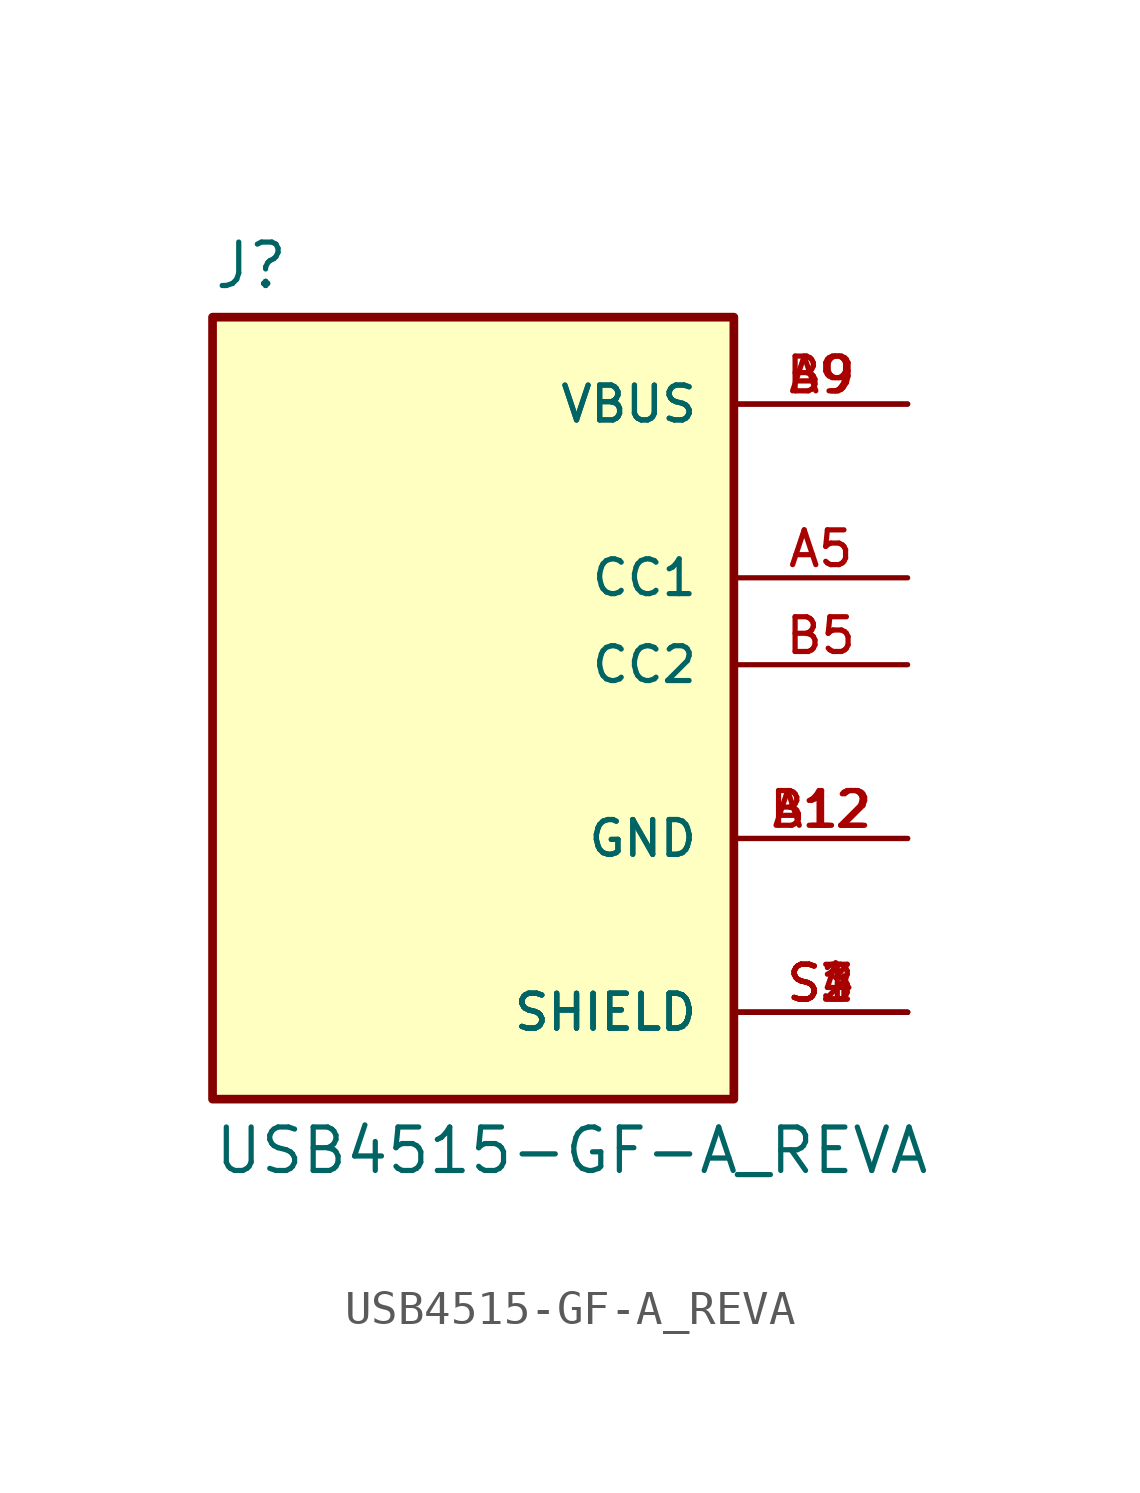
<source format=kicad_sym>
(kicad_symbol_lib
  (version 20211014)
  (generator kicad_symbol_editor)
  (symbol "USB4515-GF-A_REVA"
    (pin_names
      (offset 1.016))
    (property "Reference" "J"
      (at -7.62 10.922 0)
      (effects (font (size 1.27 1.27)) (justify bottom left)))
    (property "Value" "USB4515-GF-A_REVA"
      (at -7.62 -13.462 0)
      (effects (font (size 1.27 1.27)) (justify top left)))
    (symbol "USB4515-GF-A_REVA_0_0"
      (rectangle (start -7.62 -12.7) (end 7.62 10.16) (stroke (width 0.254)) (fill (type background)))
      (pin power_in line (at 12.7 7.62 180.0) (length 5.08) (name "VBUS" (effects (font (size 1.016 1.016)))) (number "A9" (effects (font (size 1.016 1.016)))))
      (pin power_in line (at 12.7 7.62 180.0) (length 5.08) (name "VBUS" (effects (font (size 1.016 1.016)))) (number "B9" (effects (font (size 1.016 1.016)))))
      (pin passive line (at 12.7 2.54 180.0) (length 5.08) (name "CC1" (effects (font (size 1.016 1.016)))) (number "A5" (effects (font (size 1.016 1.016)))))
      (pin passive line (at 12.7 0.0 180.0) (length 5.08) (name "CC2" (effects (font (size 1.016 1.016)))) (number "B5" (effects (font (size 1.016 1.016)))))
      (pin power_in line (at 12.7 -5.08 180.0) (length 5.08) (name "GND" (effects (font (size 1.016 1.016)))) (number "A12" (effects (font (size 1.016 1.016)))))
      (pin power_in line (at 12.7 -5.08 180.0) (length 5.08) (name "GND" (effects (font (size 1.016 1.016)))) (number "B12" (effects (font (size 1.016 1.016)))))
      (pin power_in line (at 12.7 -10.16 180.0) (length 5.08) (name "SHIELD" (effects (font (size 1.016 1.016)))) (number "S1" (effects (font (size 1.016 1.016)))))
      (pin power_in line (at 12.7 -10.16 180.0) (length 5.08) (name "SHIELD" (effects (font (size 1.016 1.016)))) (number "S2" (effects (font (size 1.016 1.016)))))
      (pin power_in line (at 12.7 -10.16 180.0) (length 5.08) (name "SHIELD" (effects (font (size 1.016 1.016)))) (number "S3" (effects (font (size 1.016 1.016)))))
      (pin power_in line (at 12.7 -10.16 180.0) (length 5.08) (name "SHIELD" (effects (font (size 1.016 1.016)))) (number "S4" (effects (font (size 1.016 1.016))))))))
</source>
